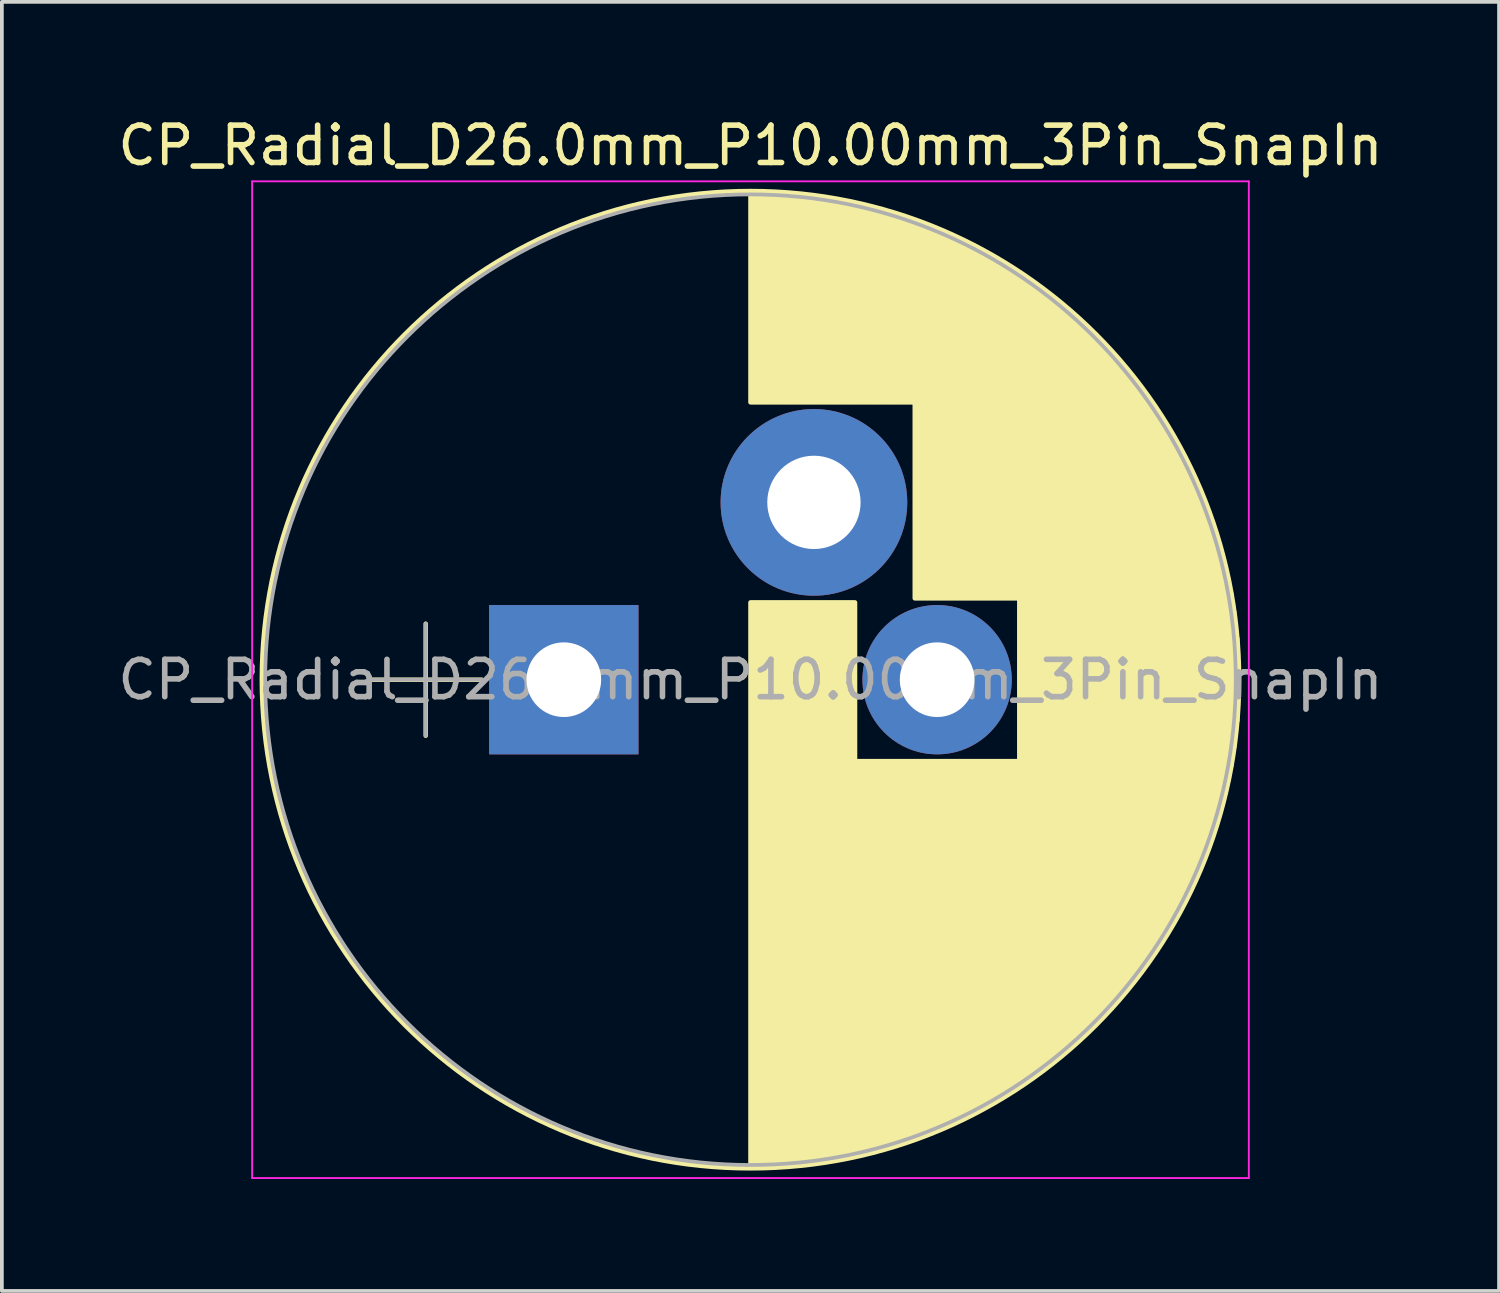
<source format=kicad_pcb>
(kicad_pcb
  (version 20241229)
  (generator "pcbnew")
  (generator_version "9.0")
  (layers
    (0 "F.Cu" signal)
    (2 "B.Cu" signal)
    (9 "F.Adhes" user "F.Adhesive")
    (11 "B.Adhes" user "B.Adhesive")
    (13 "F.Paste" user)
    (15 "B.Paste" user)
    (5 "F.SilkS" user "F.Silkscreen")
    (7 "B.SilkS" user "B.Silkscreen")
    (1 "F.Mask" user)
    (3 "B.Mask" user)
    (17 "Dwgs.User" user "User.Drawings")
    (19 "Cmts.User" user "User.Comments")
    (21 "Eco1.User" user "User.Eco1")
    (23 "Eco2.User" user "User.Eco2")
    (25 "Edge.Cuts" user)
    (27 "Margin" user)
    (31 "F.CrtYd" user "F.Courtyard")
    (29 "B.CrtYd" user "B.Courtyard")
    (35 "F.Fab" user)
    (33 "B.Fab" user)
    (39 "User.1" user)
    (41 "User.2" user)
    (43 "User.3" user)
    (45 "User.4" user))
  (footprint "CP_Radial_D26.0mm_P10.00mm_3Pin_SnapIn"
    (layer "F.Cu")
    (at 12.054 15.158)
    (property "Reference" "CP_Radial_D26.0mm_P10.00mm_3Pin_SnapIn" (at 5 -14.31 0) (layer "F.SilkS") (effects (font (size 1 1) (thickness 0.15))))
    (attr through_hole)
    (fp_line (start -5.2 0) (end -2.2 0) (stroke (width 0.12) (type solid)) (layer "F.SilkS"))
    (fp_line (start -3.7 -1.5) (end -3.7 1.5) (stroke (width 0.12) (type solid)) (layer "F.SilkS"))
    (fp_line (start 5 -13.05) (end 5 -7.43) (stroke (width 0.12) (type solid)) (layer "F.SilkS"))
    (fp_line (start 5 -2.07) (end 5 13.05) (stroke (width 0.12) (type solid)) (layer "F.SilkS"))
    (fp_line (start 5.04 -13.05) (end 5.04 -7.43) (stroke (width 0.12) (type solid)) (layer "F.SilkS"))
    (fp_line (start 5.04 -2.07) (end 5.04 13.05) (stroke (width 0.12) (type solid)) (layer "F.SilkS"))
    (fp_line (start 5.08 -13.05) (end 5.08 -7.43) (stroke (width 0.12) (type solid)) (layer "F.SilkS"))
    (fp_line (start 5.08 -2.07) (end 5.08 13.05) (stroke (width 0.12) (type solid)) (layer "F.SilkS"))
    (fp_line (start 5.12 -13.05) (end 5.12 -7.43) (stroke (width 0.12) (type solid)) (layer "F.SilkS"))
    (fp_line (start 5.12 -2.07) (end 5.12 13.05) (stroke (width 0.12) (type solid)) (layer "F.SilkS"))
    (fp_line (start 5.16 -13.05) (end 5.16 -7.43) (stroke (width 0.12) (type solid)) (layer "F.SilkS"))
    (fp_line (start 5.16 -2.07) (end 5.16 13.05) (stroke (width 0.12) (type solid)) (layer "F.SilkS"))
    (fp_line (start 5.2 -13.049) (end 5.2 -7.43) (stroke (width 0.12) (type solid)) (layer "F.SilkS"))
    (fp_line (start 5.2 -2.07) (end 5.2 13.049) (stroke (width 0.12) (type solid)) (layer "F.SilkS"))
    (fp_line (start 5.24 -13.048) (end 5.24 -7.43) (stroke (width 0.12) (type solid)) (layer "F.SilkS"))
    (fp_line (start 5.24 -2.07) (end 5.24 13.048) (stroke (width 0.12) (type solid)) (layer "F.SilkS"))
    (fp_line (start 5.28 -13.048) (end 5.28 -7.43) (stroke (width 0.12) (type solid)) (layer "F.SilkS"))
    (fp_line (start 5.28 -2.07) (end 5.28 13.048) (stroke (width 0.12) (type solid)) (layer "F.SilkS"))
    (fp_line (start 5.32 -13.047) (end 5.32 -7.43) (stroke (width 0.12) (type solid)) (layer "F.SilkS"))
    (fp_line (start 5.32 -2.07) (end 5.32 13.047) (stroke (width 0.12) (type solid)) (layer "F.SilkS"))
    (fp_line (start 5.36 -13.046) (end 5.36 -7.43) (stroke (width 0.12) (type solid)) (layer "F.SilkS"))
    (fp_line (start 5.36 -2.07) (end 5.36 13.046) (stroke (width 0.12) (type solid)) (layer "F.SilkS"))
    (fp_line (start 5.4 -13.044) (end 5.4 -7.43) (stroke (width 0.12) (type solid)) (layer "F.SilkS"))
    (fp_line (start 5.4 -2.07) (end 5.4 13.044) (stroke (width 0.12) (type solid)) (layer "F.SilkS"))
    (fp_line (start 5.44 -13.043) (end 5.44 -7.43) (stroke (width 0.12) (type solid)) (layer "F.SilkS"))
    (fp_line (start 5.44 -2.07) (end 5.44 13.043) (stroke (width 0.12) (type solid)) (layer "F.SilkS"))
    (fp_line (start 5.48 -13.042) (end 5.48 -7.43) (stroke (width 0.12) (type solid)) (layer "F.SilkS"))
    (fp_line (start 5.48 -2.07) (end 5.48 13.042) (stroke (width 0.12) (type solid)) (layer "F.SilkS"))
    (fp_line (start 5.52 -13.04) (end 5.52 -7.43) (stroke (width 0.12) (type solid)) (layer "F.SilkS"))
    (fp_line (start 5.52 -2.07) (end 5.52 13.04) (stroke (width 0.12) (type solid)) (layer "F.SilkS"))
    (fp_line (start 5.56 -13.039) (end 5.56 -7.43) (stroke (width 0.12) (type solid)) (layer "F.SilkS"))
    (fp_line (start 5.56 -2.07) (end 5.56 13.039) (stroke (width 0.12) (type solid)) (layer "F.SilkS"))
    (fp_line (start 5.6 -13.037) (end 5.6 -7.43) (stroke (width 0.12) (type solid)) (layer "F.SilkS"))
    (fp_line (start 5.6 -2.07) (end 5.6 13.037) (stroke (width 0.12) (type solid)) (layer "F.SilkS"))
    (fp_line (start 5.64 -13.035) (end 5.64 -7.43) (stroke (width 0.12) (type solid)) (layer "F.SilkS"))
    (fp_line (start 5.64 -2.07) (end 5.64 13.035) (stroke (width 0.12) (type solid)) (layer "F.SilkS"))
    (fp_line (start 5.68 -13.033) (end 5.68 -7.43) (stroke (width 0.12) (type solid)) (layer "F.SilkS"))
    (fp_line (start 5.68 -2.07) (end 5.68 13.033) (stroke (width 0.12) (type solid)) (layer "F.SilkS"))
    (fp_line (start 5.721 -13.031) (end 5.721 -7.43) (stroke (width 0.12) (type solid)) (layer "F.SilkS"))
    (fp_line (start 5.721 -2.07) (end 5.721 13.031) (stroke (width 0.12) (type solid)) (layer "F.SilkS"))
    (fp_line (start 5.761 -13.028) (end 5.761 -7.43) (stroke (width 0.12) (type solid)) (layer "F.SilkS"))
    (fp_line (start 5.761 -2.07) (end 5.761 13.028) (stroke (width 0.12) (type solid)) (layer "F.SilkS"))
    (fp_line (start 5.801 -13.026) (end 5.801 -7.43) (stroke (width 0.12) (type solid)) (layer "F.SilkS"))
    (fp_line (start 5.801 -2.07) (end 5.801 13.026) (stroke (width 0.12) (type solid)) (layer "F.SilkS"))
    (fp_line (start 5.841 -13.024) (end 5.841 -7.43) (stroke (width 0.12) (type solid)) (layer "F.SilkS"))
    (fp_line (start 5.841 -2.07) (end 5.841 13.024) (stroke (width 0.12) (type solid)) (layer "F.SilkS"))
    (fp_line (start 5.881 -13.021) (end 5.881 -7.43) (stroke (width 0.12) (type solid)) (layer "F.SilkS"))
    (fp_line (start 5.881 -2.07) (end 5.881 13.021) (stroke (width 0.12) (type solid)) (layer "F.SilkS"))
    (fp_line (start 5.921 -13.018) (end 5.921 -7.43) (stroke (width 0.12) (type solid)) (layer "F.SilkS"))
    (fp_line (start 5.921 -2.07) (end 5.921 13.018) (stroke (width 0.12) (type solid)) (layer "F.SilkS"))
    (fp_line (start 5.961 -13.015) (end 5.961 -7.43) (stroke (width 0.12) (type solid)) (layer "F.SilkS"))
    (fp_line (start 5.961 -2.07) (end 5.961 13.015) (stroke (width 0.12) (type solid)) (layer "F.SilkS"))
    (fp_line (start 6.001 -13.012) (end 6.001 -7.43) (stroke (width 0.12) (type solid)) (layer "F.SilkS"))
    (fp_line (start 6.001 -2.07) (end 6.001 13.012) (stroke (width 0.12) (type solid)) (layer "F.SilkS"))
    (fp_line (start 6.041 -13.009) (end 6.041 -7.43) (stroke (width 0.12) (type solid)) (layer "F.SilkS"))
    (fp_line (start 6.041 -2.07) (end 6.041 13.009) (stroke (width 0.12) (type solid)) (layer "F.SilkS"))
    (fp_line (start 6.081 -13.006) (end 6.081 -7.43) (stroke (width 0.12) (type solid)) (layer "F.SilkS"))
    (fp_line (start 6.081 -2.07) (end 6.081 13.006) (stroke (width 0.12) (type solid)) (layer "F.SilkS"))
    (fp_line (start 6.121 -13.002) (end 6.121 -7.43) (stroke (width 0.12) (type solid)) (layer "F.SilkS"))
    (fp_line (start 6.121 -2.07) (end 6.121 13.002) (stroke (width 0.12) (type solid)) (layer "F.SilkS"))
    (fp_line (start 6.161 -12.999) (end 6.161 -7.43) (stroke (width 0.12) (type solid)) (layer "F.SilkS"))
    (fp_line (start 6.161 -2.07) (end 6.161 12.999) (stroke (width 0.12) (type solid)) (layer "F.SilkS"))
    (fp_line (start 6.201 -12.995) (end 6.201 -7.43) (stroke (width 0.12) (type solid)) (layer "F.SilkS"))
    (fp_line (start 6.201 -2.07) (end 6.201 12.995) (stroke (width 0.12) (type solid)) (layer "F.SilkS"))
    (fp_line (start 6.241 -12.992) (end 6.241 -7.43) (stroke (width 0.12) (type solid)) (layer "F.SilkS"))
    (fp_line (start 6.241 -2.07) (end 6.241 12.992) (stroke (width 0.12) (type solid)) (layer "F.SilkS"))
    (fp_line (start 6.281 -12.988) (end 6.281 -7.43) (stroke (width 0.12) (type solid)) (layer "F.SilkS"))
    (fp_line (start 6.281 -2.07) (end 6.281 12.988) (stroke (width 0.12) (type solid)) (layer "F.SilkS"))
    (fp_line (start 6.321 -12.984) (end 6.321 -7.43) (stroke (width 0.12) (type solid)) (layer "F.SilkS"))
    (fp_line (start 6.321 -2.07) (end 6.321 12.984) (stroke (width 0.12) (type solid)) (layer "F.SilkS"))
    (fp_line (start 6.361 -12.98) (end 6.361 -7.43) (stroke (width 0.12) (type solid)) (layer "F.SilkS"))
    (fp_line (start 6.361 -2.07) (end 6.361 12.98) (stroke (width 0.12) (type solid)) (layer "F.SilkS"))
    (fp_line (start 6.401 -12.975) (end 6.401 -7.43) (stroke (width 0.12) (type solid)) (layer "F.SilkS"))
    (fp_line (start 6.401 -2.07) (end 6.401 12.975) (stroke (width 0.12) (type solid)) (layer "F.SilkS"))
    (fp_line (start 6.441 -12.971) (end 6.441 -7.43) (stroke (width 0.12) (type solid)) (layer "F.SilkS"))
    (fp_line (start 6.441 -2.07) (end 6.441 12.971) (stroke (width 0.12) (type solid)) (layer "F.SilkS"))
    (fp_line (start 6.481 -12.967) (end 6.481 -7.43) (stroke (width 0.12) (type solid)) (layer "F.SilkS"))
    (fp_line (start 6.481 -2.07) (end 6.481 12.967) (stroke (width 0.12) (type solid)) (layer "F.SilkS"))
    (fp_line (start 6.521 -12.962) (end 6.521 -7.43) (stroke (width 0.12) (type solid)) (layer "F.SilkS"))
    (fp_line (start 6.521 -2.07) (end 6.521 12.962) (stroke (width 0.12) (type solid)) (layer "F.SilkS"))
    (fp_line (start 6.561 -12.957) (end 6.561 -7.43) (stroke (width 0.12) (type solid)) (layer "F.SilkS"))
    (fp_line (start 6.561 -2.07) (end 6.561 12.957) (stroke (width 0.12) (type solid)) (layer "F.SilkS"))
    (fp_line (start 6.601 -12.952) (end 6.601 -7.43) (stroke (width 0.12) (type solid)) (layer "F.SilkS"))
    (fp_line (start 6.601 -2.07) (end 6.601 12.952) (stroke (width 0.12) (type solid)) (layer "F.SilkS"))
    (fp_line (start 6.641 -12.947) (end 6.641 -7.43) (stroke (width 0.12) (type solid)) (layer "F.SilkS"))
    (fp_line (start 6.641 -2.07) (end 6.641 12.947) (stroke (width 0.12) (type solid)) (layer "F.SilkS"))
    (fp_line (start 6.681 -12.942) (end 6.681 -7.43) (stroke (width 0.12) (type solid)) (layer "F.SilkS"))
    (fp_line (start 6.681 -2.07) (end 6.681 12.942) (stroke (width 0.12) (type solid)) (layer "F.SilkS"))
    (fp_line (start 6.721 -12.937) (end 6.721 -7.43) (stroke (width 0.12) (type solid)) (layer "F.SilkS"))
    (fp_line (start 6.721 -2.07) (end 6.721 12.937) (stroke (width 0.12) (type solid)) (layer "F.SilkS"))
    (fp_line (start 6.761 -12.932) (end 6.761 -7.43) (stroke (width 0.12) (type solid)) (layer "F.SilkS"))
    (fp_line (start 6.761 -2.07) (end 6.761 12.932) (stroke (width 0.12) (type solid)) (layer "F.SilkS"))
    (fp_line (start 6.801 -12.926) (end 6.801 -7.43) (stroke (width 0.12) (type solid)) (layer "F.SilkS"))
    (fp_line (start 6.801 -2.07) (end 6.801 12.926) (stroke (width 0.12) (type solid)) (layer "F.SilkS"))
    (fp_line (start 6.841 -12.921) (end 6.841 -7.43) (stroke (width 0.12) (type solid)) (layer "F.SilkS"))
    (fp_line (start 6.841 -2.07) (end 6.841 12.921) (stroke (width 0.12) (type solid)) (layer "F.SilkS"))
    (fp_line (start 6.881 -12.915) (end 6.881 -7.43) (stroke (width 0.12) (type solid)) (layer "F.SilkS"))
    (fp_line (start 6.881 -2.07) (end 6.881 12.915) (stroke (width 0.12) (type solid)) (layer "F.SilkS"))
    (fp_line (start 6.921 -12.909) (end 6.921 -7.43) (stroke (width 0.12) (type solid)) (layer "F.SilkS"))
    (fp_line (start 6.921 -2.07) (end 6.921 12.909) (stroke (width 0.12) (type solid)) (layer "F.SilkS"))
    (fp_line (start 6.961 -12.903) (end 6.961 -7.43) (stroke (width 0.12) (type solid)) (layer "F.SilkS"))
    (fp_line (start 6.961 -2.07) (end 6.961 12.903) (stroke (width 0.12) (type solid)) (layer "F.SilkS"))
    (fp_line (start 7.001 -12.897) (end 7.001 -7.43) (stroke (width 0.12) (type solid)) (layer "F.SilkS"))
    (fp_line (start 7.001 -2.07) (end 7.001 12.897) (stroke (width 0.12) (type solid)) (layer "F.SilkS"))
    (fp_line (start 7.041 -12.891) (end 7.041 -7.43) (stroke (width 0.12) (type solid)) (layer "F.SilkS"))
    (fp_line (start 7.041 -2.07) (end 7.041 12.891) (stroke (width 0.12) (type solid)) (layer "F.SilkS"))
    (fp_line (start 7.081 -12.884) (end 7.081 -7.43) (stroke (width 0.12) (type solid)) (layer "F.SilkS"))
    (fp_line (start 7.081 -2.07) (end 7.081 12.884) (stroke (width 0.12) (type solid)) (layer "F.SilkS"))
    (fp_line (start 7.121 -12.878) (end 7.121 -7.43) (stroke (width 0.12) (type solid)) (layer "F.SilkS"))
    (fp_line (start 7.121 -2.07) (end 7.121 12.878) (stroke (width 0.12) (type solid)) (layer "F.SilkS"))
    (fp_line (start 7.161 -12.871) (end 7.161 -7.43) (stroke (width 0.12) (type solid)) (layer "F.SilkS"))
    (fp_line (start 7.161 -2.07) (end 7.161 12.871) (stroke (width 0.12) (type solid)) (layer "F.SilkS"))
    (fp_line (start 7.201 -12.864) (end 7.201 -7.43) (stroke (width 0.12) (type solid)) (layer "F.SilkS"))
    (fp_line (start 7.201 -2.07) (end 7.201 12.864) (stroke (width 0.12) (type solid)) (layer "F.SilkS"))
    (fp_line (start 7.241 -12.857) (end 7.241 -7.43) (stroke (width 0.12) (type solid)) (layer "F.SilkS"))
    (fp_line (start 7.241 -2.07) (end 7.241 12.857) (stroke (width 0.12) (type solid)) (layer "F.SilkS"))
    (fp_line (start 7.281 -12.85) (end 7.281 -7.43) (stroke (width 0.12) (type solid)) (layer "F.SilkS"))
    (fp_line (start 7.281 -2.07) (end 7.281 12.85) (stroke (width 0.12) (type solid)) (layer "F.SilkS"))
    (fp_line (start 7.321 -12.843) (end 7.321 -7.43) (stroke (width 0.12) (type solid)) (layer "F.SilkS"))
    (fp_line (start 7.321 -2.07) (end 7.321 12.843) (stroke (width 0.12) (type solid)) (layer "F.SilkS"))
    (fp_line (start 7.361 -12.836) (end 7.361 -7.43) (stroke (width 0.12) (type solid)) (layer "F.SilkS"))
    (fp_line (start 7.361 -2.07) (end 7.361 12.836) (stroke (width 0.12) (type solid)) (layer "F.SilkS"))
    (fp_line (start 7.401 -12.829) (end 7.401 -7.43) (stroke (width 0.12) (type solid)) (layer "F.SilkS"))
    (fp_line (start 7.401 -2.07) (end 7.401 12.829) (stroke (width 0.12) (type solid)) (layer "F.SilkS"))
    (fp_line (start 7.441 -12.821) (end 7.441 -7.43) (stroke (width 0.12) (type solid)) (layer "F.SilkS"))
    (fp_line (start 7.441 -2.07) (end 7.441 12.821) (stroke (width 0.12) (type solid)) (layer "F.SilkS"))
    (fp_line (start 7.481 -12.813) (end 7.481 -7.43) (stroke (width 0.12) (type solid)) (layer "F.SilkS"))
    (fp_line (start 7.481 -2.07) (end 7.481 12.813) (stroke (width 0.12) (type solid)) (layer "F.SilkS"))
    (fp_line (start 7.521 -12.806) (end 7.521 -7.43) (stroke (width 0.12) (type solid)) (layer "F.SilkS"))
    (fp_line (start 7.521 -2.07) (end 7.521 12.806) (stroke (width 0.12) (type solid)) (layer "F.SilkS"))
    (fp_line (start 7.561 -12.798) (end 7.561 -7.43) (stroke (width 0.12) (type solid)) (layer "F.SilkS"))
    (fp_line (start 7.561 -2.07) (end 7.561 12.798) (stroke (width 0.12) (type solid)) (layer "F.SilkS"))
    (fp_line (start 7.601 -12.79) (end 7.601 -7.43) (stroke (width 0.12) (type solid)) (layer "F.SilkS"))
    (fp_line (start 7.601 -2.07) (end 7.601 12.79) (stroke (width 0.12) (type solid)) (layer "F.SilkS"))
    (fp_line (start 7.641 -12.782) (end 7.641 -7.43) (stroke (width 0.12) (type solid)) (layer "F.SilkS"))
    (fp_line (start 7.641 -2.07) (end 7.641 12.782) (stroke (width 0.12) (type solid)) (layer "F.SilkS"))
    (fp_line (start 7.681 -12.773) (end 7.681 -7.43) (stroke (width 0.12) (type solid)) (layer "F.SilkS"))
    (fp_line (start 7.681 -2.07) (end 7.681 12.773) (stroke (width 0.12) (type solid)) (layer "F.SilkS"))
    (fp_line (start 7.721 -12.765) (end 7.721 -7.43) (stroke (width 0.12) (type solid)) (layer "F.SilkS"))
    (fp_line (start 7.721 -2.07) (end 7.721 12.765) (stroke (width 0.12) (type solid)) (layer "F.SilkS"))
    (fp_line (start 7.761 -12.756) (end 7.761 -7.43) (stroke (width 0.12) (type solid)) (layer "F.SilkS"))
    (fp_line (start 7.761 -2.07) (end 7.761 12.756) (stroke (width 0.12) (type solid)) (layer "F.SilkS"))
    (fp_line (start 7.801 -12.748) (end 7.801 -7.43) (stroke (width 0.12) (type solid)) (layer "F.SilkS"))
    (fp_line (start 7.801 -2.07) (end 7.801 12.748) (stroke (width 0.12) (type solid)) (layer "F.SilkS"))
    (fp_line (start 7.841 -12.739) (end 7.841 -7.43) (stroke (width 0.12) (type solid)) (layer "F.SilkS"))
    (fp_line (start 7.841 2.18) (end 7.841 12.739) (stroke (width 0.12) (type solid)) (layer "F.SilkS"))
    (fp_line (start 7.881 -12.73) (end 7.881 -7.43) (stroke (width 0.12) (type solid)) (layer "F.SilkS"))
    (fp_line (start 7.881 2.18) (end 7.881 12.73) (stroke (width 0.12) (type solid)) (layer "F.SilkS"))
    (fp_line (start 7.921 -12.721) (end 7.921 -7.43) (stroke (width 0.12) (type solid)) (layer "F.SilkS"))
    (fp_line (start 7.921 2.18) (end 7.921 12.721) (stroke (width 0.12) (type solid)) (layer "F.SilkS"))
    (fp_line (start 7.961 -12.711) (end 7.961 -7.43) (stroke (width 0.12) (type solid)) (layer "F.SilkS"))
    (fp_line (start 7.961 2.18) (end 7.961 12.711) (stroke (width 0.12) (type solid)) (layer "F.SilkS"))
    (fp_line (start 8.001 -12.702) (end 8.001 -7.43) (stroke (width 0.12) (type solid)) (layer "F.SilkS"))
    (fp_line (start 8.001 2.18) (end 8.001 12.702) (stroke (width 0.12) (type solid)) (layer "F.SilkS"))
    (fp_line (start 8.041 -12.693) (end 8.041 -7.43) (stroke (width 0.12) (type solid)) (layer "F.SilkS"))
    (fp_line (start 8.041 2.18) (end 8.041 12.693) (stroke (width 0.12) (type solid)) (layer "F.SilkS"))
    (fp_line (start 8.081 -12.683) (end 8.081 -7.43) (stroke (width 0.12) (type solid)) (layer "F.SilkS"))
    (fp_line (start 8.081 2.18) (end 8.081 12.683) (stroke (width 0.12) (type solid)) (layer "F.SilkS"))
    (fp_line (start 8.121 -12.673) (end 8.121 -7.43) (stroke (width 0.12) (type solid)) (layer "F.SilkS"))
    (fp_line (start 8.121 2.18) (end 8.121 12.673) (stroke (width 0.12) (type solid)) (layer "F.SilkS"))
    (fp_line (start 8.161 -12.663) (end 8.161 -7.43) (stroke (width 0.12) (type solid)) (layer "F.SilkS"))
    (fp_line (start 8.161 2.18) (end 8.161 12.663) (stroke (width 0.12) (type solid)) (layer "F.SilkS"))
    (fp_line (start 8.201 -12.653) (end 8.201 -7.43) (stroke (width 0.12) (type solid)) (layer "F.SilkS"))
    (fp_line (start 8.201 2.18) (end 8.201 12.653) (stroke (width 0.12) (type solid)) (layer "F.SilkS"))
    (fp_line (start 8.241 -12.643) (end 8.241 -7.43) (stroke (width 0.12) (type solid)) (layer "F.SilkS"))
    (fp_line (start 8.241 2.18) (end 8.241 12.643) (stroke (width 0.12) (type solid)) (layer "F.SilkS"))
    (fp_line (start 8.281 -12.633) (end 8.281 -7.43) (stroke (width 0.12) (type solid)) (layer "F.SilkS"))
    (fp_line (start 8.281 2.18) (end 8.281 12.633) (stroke (width 0.12) (type solid)) (layer "F.SilkS"))
    (fp_line (start 8.321 -12.622) (end 8.321 -7.43) (stroke (width 0.12) (type solid)) (layer "F.SilkS"))
    (fp_line (start 8.321 2.18) (end 8.321 12.622) (stroke (width 0.12) (type solid)) (layer "F.SilkS"))
    (fp_line (start 8.361 -12.612) (end 8.361 -7.43) (stroke (width 0.12) (type solid)) (layer "F.SilkS"))
    (fp_line (start 8.361 2.18) (end 8.361 12.612) (stroke (width 0.12) (type solid)) (layer "F.SilkS"))
    (fp_line (start 8.401 -12.601) (end 8.401 -7.43) (stroke (width 0.12) (type solid)) (layer "F.SilkS"))
    (fp_line (start 8.401 2.18) (end 8.401 12.601) (stroke (width 0.12) (type solid)) (layer "F.SilkS"))
    (fp_line (start 8.441 -12.59) (end 8.441 -7.43) (stroke (width 0.12) (type solid)) (layer "F.SilkS"))
    (fp_line (start 8.441 2.18) (end 8.441 12.59) (stroke (width 0.12) (type solid)) (layer "F.SilkS"))
    (fp_line (start 8.481 -12.579) (end 8.481 -7.43) (stroke (width 0.12) (type solid)) (layer "F.SilkS"))
    (fp_line (start 8.481 2.18) (end 8.481 12.579) (stroke (width 0.12) (type solid)) (layer "F.SilkS"))
    (fp_line (start 8.521 -12.568) (end 8.521 -7.43) (stroke (width 0.12) (type solid)) (layer "F.SilkS"))
    (fp_line (start 8.521 2.18) (end 8.521 12.568) (stroke (width 0.12) (type solid)) (layer "F.SilkS"))
    (fp_line (start 8.561 -12.557) (end 8.561 -7.43) (stroke (width 0.12) (type solid)) (layer "F.SilkS"))
    (fp_line (start 8.561 2.18) (end 8.561 12.557) (stroke (width 0.12) (type solid)) (layer "F.SilkS"))
    (fp_line (start 8.601 -12.546) (end 8.601 -7.43) (stroke (width 0.12) (type solid)) (layer "F.SilkS"))
    (fp_line (start 8.601 2.18) (end 8.601 12.546) (stroke (width 0.12) (type solid)) (layer "F.SilkS"))
    (fp_line (start 8.641 -12.534) (end 8.641 -7.43) (stroke (width 0.12) (type solid)) (layer "F.SilkS"))
    (fp_line (start 8.641 2.18) (end 8.641 12.534) (stroke (width 0.12) (type solid)) (layer "F.SilkS"))
    (fp_line (start 8.681 -12.523) (end 8.681 -7.43) (stroke (width 0.12) (type solid)) (layer "F.SilkS"))
    (fp_line (start 8.681 2.18) (end 8.681 12.523) (stroke (width 0.12) (type solid)) (layer "F.SilkS"))
    (fp_line (start 8.721 -12.511) (end 8.721 -7.43) (stroke (width 0.12) (type solid)) (layer "F.SilkS"))
    (fp_line (start 8.721 2.18) (end 8.721 12.511) (stroke (width 0.12) (type solid)) (layer "F.SilkS"))
    (fp_line (start 8.761 -12.499) (end 8.761 -7.43) (stroke (width 0.12) (type solid)) (layer "F.SilkS"))
    (fp_line (start 8.761 2.18) (end 8.761 12.499) (stroke (width 0.12) (type solid)) (layer "F.SilkS"))
    (fp_line (start 8.801 -12.487) (end 8.801 -7.43) (stroke (width 0.12) (type solid)) (layer "F.SilkS"))
    (fp_line (start 8.801 2.18) (end 8.801 12.487) (stroke (width 0.12) (type solid)) (layer "F.SilkS"))
    (fp_line (start 8.841 -12.475) (end 8.841 -7.43) (stroke (width 0.12) (type solid)) (layer "F.SilkS"))
    (fp_line (start 8.841 2.18) (end 8.841 12.475) (stroke (width 0.12) (type solid)) (layer "F.SilkS"))
    (fp_line (start 8.881 -12.462) (end 8.881 -7.43) (stroke (width 0.12) (type solid)) (layer "F.SilkS"))
    (fp_line (start 8.881 2.18) (end 8.881 12.462) (stroke (width 0.12) (type solid)) (layer "F.SilkS"))
    (fp_line (start 8.921 -12.45) (end 8.921 -7.43) (stroke (width 0.12) (type solid)) (layer "F.SilkS"))
    (fp_line (start 8.921 2.18) (end 8.921 12.45) (stroke (width 0.12) (type solid)) (layer "F.SilkS"))
    (fp_line (start 8.961 -12.437) (end 8.961 -7.43) (stroke (width 0.12) (type solid)) (layer "F.SilkS"))
    (fp_line (start 8.961 2.18) (end 8.961 12.437) (stroke (width 0.12) (type solid)) (layer "F.SilkS"))
    (fp_line (start 9.001 -12.424) (end 9.001 -7.43) (stroke (width 0.12) (type solid)) (layer "F.SilkS"))
    (fp_line (start 9.001 2.18) (end 9.001 12.424) (stroke (width 0.12) (type solid)) (layer "F.SilkS"))
    (fp_line (start 9.041 -12.411) (end 9.041 -7.43) (stroke (width 0.12) (type solid)) (layer "F.SilkS"))
    (fp_line (start 9.041 2.18) (end 9.041 12.411) (stroke (width 0.12) (type solid)) (layer "F.SilkS"))
    (fp_line (start 9.081 -12.398) (end 9.081 -7.43) (stroke (width 0.12) (type solid)) (layer "F.SilkS"))
    (fp_line (start 9.081 2.18) (end 9.081 12.398) (stroke (width 0.12) (type solid)) (layer "F.SilkS"))
    (fp_line (start 9.121 -12.385) (end 9.121 -7.43) (stroke (width 0.12) (type solid)) (layer "F.SilkS"))
    (fp_line (start 9.121 2.18) (end 9.121 12.385) (stroke (width 0.12) (type solid)) (layer "F.SilkS"))
    (fp_line (start 9.161 -12.372) (end 9.161 -7.43) (stroke (width 0.12) (type solid)) (layer "F.SilkS"))
    (fp_line (start 9.161 2.18) (end 9.161 12.372) (stroke (width 0.12) (type solid)) (layer "F.SilkS"))
    (fp_line (start 9.201 -12.358) (end 9.201 -7.43) (stroke (width 0.12) (type solid)) (layer "F.SilkS"))
    (fp_line (start 9.201 2.18) (end 9.201 12.358) (stroke (width 0.12) (type solid)) (layer "F.SilkS"))
    (fp_line (start 9.241 -12.345) (end 9.241 -7.43) (stroke (width 0.12) (type solid)) (layer "F.SilkS"))
    (fp_line (start 9.241 2.18) (end 9.241 12.345) (stroke (width 0.12) (type solid)) (layer "F.SilkS"))
    (fp_line (start 9.281 -12.331) (end 9.281 -7.43) (stroke (width 0.12) (type solid)) (layer "F.SilkS"))
    (fp_line (start 9.281 2.18) (end 9.281 12.331) (stroke (width 0.12) (type solid)) (layer "F.SilkS"))
    (fp_line (start 9.321 -12.317) (end 9.321 -7.43) (stroke (width 0.12) (type solid)) (layer "F.SilkS"))
    (fp_line (start 9.321 2.18) (end 9.321 12.317) (stroke (width 0.12) (type solid)) (layer "F.SilkS"))
    (fp_line (start 9.361 -12.303) (end 9.361 -7.43) (stroke (width 0.12) (type solid)) (layer "F.SilkS"))
    (fp_line (start 9.361 2.18) (end 9.361 12.303) (stroke (width 0.12) (type solid)) (layer "F.SilkS"))
    (fp_line (start 9.401 -12.289) (end 9.401 -2.18) (stroke (width 0.12) (type solid)) (layer "F.SilkS"))
    (fp_line (start 9.401 2.18) (end 9.401 12.289) (stroke (width 0.12) (type solid)) (layer "F.SilkS"))
    (fp_line (start 9.441 -12.274) (end 9.441 -2.18) (stroke (width 0.12) (type solid)) (layer "F.SilkS"))
    (fp_line (start 9.441 2.18) (end 9.441 12.274) (stroke (width 0.12) (type solid)) (layer "F.SilkS"))
    (fp_line (start 9.481 -12.26) (end 9.481 -2.18) (stroke (width 0.12) (type solid)) (layer "F.SilkS"))
    (fp_line (start 9.481 2.18) (end 9.481 12.26) (stroke (width 0.12) (type solid)) (layer "F.SilkS"))
    (fp_line (start 9.521 -12.245) (end 9.521 -2.18) (stroke (width 0.12) (type solid)) (layer "F.SilkS"))
    (fp_line (start 9.521 2.18) (end 9.521 12.245) (stroke (width 0.12) (type solid)) (layer "F.SilkS"))
    (fp_line (start 9.561 -12.231) (end 9.561 -2.18) (stroke (width 0.12) (type solid)) (layer "F.SilkS"))
    (fp_line (start 9.561 2.18) (end 9.561 12.231) (stroke (width 0.12) (type solid)) (layer "F.SilkS"))
    (fp_line (start 9.601 -12.216) (end 9.601 -2.18) (stroke (width 0.12) (type solid)) (layer "F.SilkS"))
    (fp_line (start 9.601 2.18) (end 9.601 12.216) (stroke (width 0.12) (type solid)) (layer "F.SilkS"))
    (fp_line (start 9.641 -12.201) (end 9.641 -2.18) (stroke (width 0.12) (type solid)) (layer "F.SilkS"))
    (fp_line (start 9.641 2.18) (end 9.641 12.201) (stroke (width 0.12) (type solid)) (layer "F.SilkS"))
    (fp_line (start 9.681 -12.185) (end 9.681 -2.18) (stroke (width 0.12) (type solid)) (layer "F.SilkS"))
    (fp_line (start 9.681 2.18) (end 9.681 12.185) (stroke (width 0.12) (type solid)) (layer "F.SilkS"))
    (fp_line (start 9.721 -12.17) (end 9.721 -2.18) (stroke (width 0.12) (type solid)) (layer "F.SilkS"))
    (fp_line (start 9.721 2.18) (end 9.721 12.17) (stroke (width 0.12) (type solid)) (layer "F.SilkS"))
    (fp_line (start 9.761 -12.154) (end 9.761 -2.18) (stroke (width 0.12) (type solid)) (layer "F.SilkS"))
    (fp_line (start 9.761 2.18) (end 9.761 12.154) (stroke (width 0.12) (type solid)) (layer "F.SilkS"))
    (fp_line (start 9.801 -12.139) (end 9.801 -2.18) (stroke (width 0.12) (type solid)) (layer "F.SilkS"))
    (fp_line (start 9.801 2.18) (end 9.801 12.139) (stroke (width 0.12) (type solid)) (layer "F.SilkS"))
    (fp_line (start 9.841 -12.123) (end 9.841 -2.18) (stroke (width 0.12) (type solid)) (layer "F.SilkS"))
    (fp_line (start 9.841 2.18) (end 9.841 12.123) (stroke (width 0.12) (type solid)) (layer "F.SilkS"))
    (fp_line (start 9.881 -12.107) (end 9.881 -2.18) (stroke (width 0.12) (type solid)) (layer "F.SilkS"))
    (fp_line (start 9.881 2.18) (end 9.881 12.107) (stroke (width 0.12) (type solid)) (layer "F.SilkS"))
    (fp_line (start 9.921 -12.091) (end 9.921 -2.18) (stroke (width 0.12) (type solid)) (layer "F.SilkS"))
    (fp_line (start 9.921 2.18) (end 9.921 12.091) (stroke (width 0.12) (type solid)) (layer "F.SilkS"))
    (fp_line (start 9.961 -12.074) (end 9.961 -2.18) (stroke (width 0.12) (type solid)) (layer "F.SilkS"))
    (fp_line (start 9.961 2.18) (end 9.961 12.074) (stroke (width 0.12) (type solid)) (layer "F.SilkS"))
    (fp_line (start 10.001 -12.058) (end 10.001 -2.18) (stroke (width 0.12) (type solid)) (layer "F.SilkS"))
    (fp_line (start 10.001 2.18) (end 10.001 12.058) (stroke (width 0.12) (type solid)) (layer "F.SilkS"))
    (fp_line (start 10.041 -12.041) (end 10.041 -2.18) (stroke (width 0.12) (type solid)) (layer "F.SilkS"))
    (fp_line (start 10.041 2.18) (end 10.041 12.041) (stroke (width 0.12) (type solid)) (layer "F.SilkS"))
    (fp_line (start 10.081 -12.025) (end 10.081 -2.18) (stroke (width 0.12) (type solid)) (layer "F.SilkS"))
    (fp_line (start 10.081 2.18) (end 10.081 12.025) (stroke (width 0.12) (type solid)) (layer "F.SilkS"))
    (fp_line (start 10.121 -12.008) (end 10.121 -2.18) (stroke (width 0.12) (type solid)) (layer "F.SilkS"))
    (fp_line (start 10.121 2.18) (end 10.121 12.008) (stroke (width 0.12) (type solid)) (layer "F.SilkS"))
    (fp_line (start 10.161 -11.991) (end 10.161 -2.18) (stroke (width 0.12) (type solid)) (layer "F.SilkS"))
    (fp_line (start 10.161 2.18) (end 10.161 11.991) (stroke (width 0.12) (type solid)) (layer "F.SilkS"))
    (fp_line (start 10.201 -11.973) (end 10.201 -2.18) (stroke (width 0.12) (type solid)) (layer "F.SilkS"))
    (fp_line (start 10.201 2.18) (end 10.201 11.973) (stroke (width 0.12) (type solid)) (layer "F.SilkS"))
    (fp_line (start 10.241 -11.956) (end 10.241 -2.18) (stroke (width 0.12) (type solid)) (layer "F.SilkS"))
    (fp_line (start 10.241 2.18) (end 10.241 11.956) (stroke (width 0.12) (type solid)) (layer "F.SilkS"))
    (fp_line (start 10.281 -11.938) (end 10.281 -2.18) (stroke (width 0.12) (type solid)) (layer "F.SilkS"))
    (fp_line (start 10.281 2.18) (end 10.281 11.938) (stroke (width 0.12) (type solid)) (layer "F.SilkS"))
    (fp_line (start 10.321 -11.921) (end 10.321 -2.18) (stroke (width 0.12) (type solid)) (layer "F.SilkS"))
    (fp_line (start 10.321 2.18) (end 10.321 11.921) (stroke (width 0.12) (type solid)) (layer "F.SilkS"))
    (fp_line (start 10.361 -11.903) (end 10.361 -2.18) (stroke (width 0.12) (type solid)) (layer "F.SilkS"))
    (fp_line (start 10.361 2.18) (end 10.361 11.903) (stroke (width 0.12) (type solid)) (layer "F.SilkS"))
    (fp_line (start 10.401 -11.885) (end 10.401 -2.18) (stroke (width 0.12) (type solid)) (layer "F.SilkS"))
    (fp_line (start 10.401 2.18) (end 10.401 11.885) (stroke (width 0.12) (type solid)) (layer "F.SilkS"))
    (fp_line (start 10.441 -11.867) (end 10.441 -2.18) (stroke (width 0.12) (type solid)) (layer "F.SilkS"))
    (fp_line (start 10.441 2.18) (end 10.441 11.867) (stroke (width 0.12) (type solid)) (layer "F.SilkS"))
    (fp_line (start 10.481 -11.848) (end 10.481 -2.18) (stroke (width 0.12) (type solid)) (layer "F.SilkS"))
    (fp_line (start 10.481 2.18) (end 10.481 11.848) (stroke (width 0.12) (type solid)) (layer "F.SilkS"))
    (fp_line (start 10.521 -11.83) (end 10.521 -2.18) (stroke (width 0.12) (type solid)) (layer "F.SilkS"))
    (fp_line (start 10.521 2.18) (end 10.521 11.83) (stroke (width 0.12) (type solid)) (layer "F.SilkS"))
    (fp_line (start 10.561 -11.811) (end 10.561 -2.18) (stroke (width 0.12) (type solid)) (layer "F.SilkS"))
    (fp_line (start 10.561 2.18) (end 10.561 11.811) (stroke (width 0.12) (type solid)) (layer "F.SilkS"))
    (fp_line (start 10.601 -11.792) (end 10.601 -2.18) (stroke (width 0.12) (type solid)) (layer "F.SilkS"))
    (fp_line (start 10.601 2.18) (end 10.601 11.792) (stroke (width 0.12) (type solid)) (layer "F.SilkS"))
    (fp_line (start 10.641 -11.773) (end 10.641 -2.18) (stroke (width 0.12) (type solid)) (layer "F.SilkS"))
    (fp_line (start 10.641 2.18) (end 10.641 11.773) (stroke (width 0.12) (type solid)) (layer "F.SilkS"))
    (fp_line (start 10.681 -11.754) (end 10.681 -2.18) (stroke (width 0.12) (type solid)) (layer "F.SilkS"))
    (fp_line (start 10.681 2.18) (end 10.681 11.754) (stroke (width 0.12) (type solid)) (layer "F.SilkS"))
    (fp_line (start 10.721 -11.735) (end 10.721 -2.18) (stroke (width 0.12) (type solid)) (layer "F.SilkS"))
    (fp_line (start 10.721 2.18) (end 10.721 11.735) (stroke (width 0.12) (type solid)) (layer "F.SilkS"))
    (fp_line (start 10.761 -11.715) (end 10.761 -2.18) (stroke (width 0.12) (type solid)) (layer "F.SilkS"))
    (fp_line (start 10.761 2.18) (end 10.761 11.715) (stroke (width 0.12) (type solid)) (layer "F.SilkS"))
    (fp_line (start 10.801 -11.695) (end 10.801 -2.18) (stroke (width 0.12) (type solid)) (layer "F.SilkS"))
    (fp_line (start 10.801 2.18) (end 10.801 11.695) (stroke (width 0.12) (type solid)) (layer "F.SilkS"))
    (fp_line (start 10.841 -11.676) (end 10.841 -2.18) (stroke (width 0.12) (type solid)) (layer "F.SilkS"))
    (fp_line (start 10.841 2.18) (end 10.841 11.676) (stroke (width 0.12) (type solid)) (layer "F.SilkS"))
    (fp_line (start 10.881 -11.656) (end 10.881 -2.18) (stroke (width 0.12) (type solid)) (layer "F.SilkS"))
    (fp_line (start 10.881 2.18) (end 10.881 11.656) (stroke (width 0.12) (type solid)) (layer "F.SilkS"))
    (fp_line (start 10.921 -11.635) (end 10.921 -2.18) (stroke (width 0.12) (type solid)) (layer "F.SilkS"))
    (fp_line (start 10.921 2.18) (end 10.921 11.635) (stroke (width 0.12) (type solid)) (layer "F.SilkS"))
    (fp_line (start 10.961 -11.615) (end 10.961 -2.18) (stroke (width 0.12) (type solid)) (layer "F.SilkS"))
    (fp_line (start 10.961 2.18) (end 10.961 11.615) (stroke (width 0.12) (type solid)) (layer "F.SilkS"))
    (fp_line (start 11.001 -11.594) (end 11.001 -2.18) (stroke (width 0.12) (type solid)) (layer "F.SilkS"))
    (fp_line (start 11.001 2.18) (end 11.001 11.594) (stroke (width 0.12) (type solid)) (layer "F.SilkS"))
    (fp_line (start 11.041 -11.574) (end 11.041 -2.18) (stroke (width 0.12) (type solid)) (layer "F.SilkS"))
    (fp_line (start 11.041 2.18) (end 11.041 11.574) (stroke (width 0.12) (type solid)) (layer "F.SilkS"))
    (fp_line (start 11.081 -11.553) (end 11.081 -2.18) (stroke (width 0.12) (type solid)) (layer "F.SilkS"))
    (fp_line (start 11.081 2.18) (end 11.081 11.553) (stroke (width 0.12) (type solid)) (layer "F.SilkS"))
    (fp_line (start 11.121 -11.532) (end 11.121 -2.18) (stroke (width 0.12) (type solid)) (layer "F.SilkS"))
    (fp_line (start 11.121 2.18) (end 11.121 11.532) (stroke (width 0.12) (type solid)) (layer "F.SilkS"))
    (fp_line (start 11.161 -11.51) (end 11.161 -2.18) (stroke (width 0.12) (type solid)) (layer "F.SilkS"))
    (fp_line (start 11.161 2.18) (end 11.161 11.51) (stroke (width 0.12) (type solid)) (layer "F.SilkS"))
    (fp_line (start 11.201 -11.489) (end 11.201 -2.18) (stroke (width 0.12) (type solid)) (layer "F.SilkS"))
    (fp_line (start 11.201 2.18) (end 11.201 11.489) (stroke (width 0.12) (type solid)) (layer "F.SilkS"))
    (fp_line (start 11.241 -11.467) (end 11.241 -2.18) (stroke (width 0.12) (type solid)) (layer "F.SilkS"))
    (fp_line (start 11.241 2.18) (end 11.241 11.467) (stroke (width 0.12) (type solid)) (layer "F.SilkS"))
    (fp_line (start 11.281 -11.446) (end 11.281 -2.18) (stroke (width 0.12) (type solid)) (layer "F.SilkS"))
    (fp_line (start 11.281 2.18) (end 11.281 11.446) (stroke (width 0.12) (type solid)) (layer "F.SilkS"))
    (fp_line (start 11.321 -11.424) (end 11.321 -2.18) (stroke (width 0.12) (type solid)) (layer "F.SilkS"))
    (fp_line (start 11.321 2.18) (end 11.321 11.424) (stroke (width 0.12) (type solid)) (layer "F.SilkS"))
    (fp_line (start 11.361 -11.402) (end 11.361 -2.18) (stroke (width 0.12) (type solid)) (layer "F.SilkS"))
    (fp_line (start 11.361 2.18) (end 11.361 11.402) (stroke (width 0.12) (type solid)) (layer "F.SilkS"))
    (fp_line (start 11.401 -11.379) (end 11.401 -2.18) (stroke (width 0.12) (type solid)) (layer "F.SilkS"))
    (fp_line (start 11.401 2.18) (end 11.401 11.379) (stroke (width 0.12) (type solid)) (layer "F.SilkS"))
    (fp_line (start 11.441 -11.357) (end 11.441 -2.18) (stroke (width 0.12) (type solid)) (layer "F.SilkS"))
    (fp_line (start 11.441 2.18) (end 11.441 11.357) (stroke (width 0.12) (type solid)) (layer "F.SilkS"))
    (fp_line (start 11.481 -11.334) (end 11.481 -2.18) (stroke (width 0.12) (type solid)) (layer "F.SilkS"))
    (fp_line (start 11.481 2.18) (end 11.481 11.334) (stroke (width 0.12) (type solid)) (layer "F.SilkS"))
    (fp_line (start 11.521 -11.311) (end 11.521 -2.18) (stroke (width 0.12) (type solid)) (layer "F.SilkS"))
    (fp_line (start 11.521 2.18) (end 11.521 11.311) (stroke (width 0.12) (type solid)) (layer "F.SilkS"))
    (fp_line (start 11.561 -11.288) (end 11.561 -2.18) (stroke (width 0.12) (type solid)) (layer "F.SilkS"))
    (fp_line (start 11.561 2.18) (end 11.561 11.288) (stroke (width 0.12) (type solid)) (layer "F.SilkS"))
    (fp_line (start 11.601 -11.265) (end 11.601 -2.18) (stroke (width 0.12) (type solid)) (layer "F.SilkS"))
    (fp_line (start 11.601 2.18) (end 11.601 11.265) (stroke (width 0.12) (type solid)) (layer "F.SilkS"))
    (fp_line (start 11.641 -11.241) (end 11.641 -2.18) (stroke (width 0.12) (type solid)) (layer "F.SilkS"))
    (fp_line (start 11.641 2.18) (end 11.641 11.241) (stroke (width 0.12) (type solid)) (layer "F.SilkS"))
    (fp_line (start 11.681 -11.218) (end 11.681 -2.18) (stroke (width 0.12) (type solid)) (layer "F.SilkS"))
    (fp_line (start 11.681 2.18) (end 11.681 11.218) (stroke (width 0.12) (type solid)) (layer "F.SilkS"))
    (fp_line (start 11.721 -11.194) (end 11.721 -2.18) (stroke (width 0.12) (type solid)) (layer "F.SilkS"))
    (fp_line (start 11.721 2.18) (end 11.721 11.194) (stroke (width 0.12) (type solid)) (layer "F.SilkS"))
    (fp_line (start 11.761 -11.17) (end 11.761 -2.18) (stroke (width 0.12) (type solid)) (layer "F.SilkS"))
    (fp_line (start 11.761 2.18) (end 11.761 11.17) (stroke (width 0.12) (type solid)) (layer "F.SilkS"))
    (fp_line (start 11.801 -11.146) (end 11.801 -2.18) (stroke (width 0.12) (type solid)) (layer "F.SilkS"))
    (fp_line (start 11.801 2.18) (end 11.801 11.146) (stroke (width 0.12) (type solid)) (layer "F.SilkS"))
    (fp_line (start 11.841 -11.121) (end 11.841 -2.18) (stroke (width 0.12) (type solid)) (layer "F.SilkS"))
    (fp_line (start 11.841 2.18) (end 11.841 11.121) (stroke (width 0.12) (type solid)) (layer "F.SilkS"))
    (fp_line (start 11.881 -11.097) (end 11.881 -2.18) (stroke (width 0.12) (type solid)) (layer "F.SilkS"))
    (fp_line (start 11.881 2.18) (end 11.881 11.097) (stroke (width 0.12) (type solid)) (layer "F.SilkS"))
    (fp_line (start 11.921 -11.072) (end 11.921 -2.18) (stroke (width 0.12) (type solid)) (layer "F.SilkS"))
    (fp_line (start 11.921 2.18) (end 11.921 11.072) (stroke (width 0.12) (type solid)) (layer "F.SilkS"))
    (fp_line (start 11.961 -11.047) (end 11.961 -2.18) (stroke (width 0.12) (type solid)) (layer "F.SilkS"))
    (fp_line (start 11.961 2.18) (end 11.961 11.047) (stroke (width 0.12) (type solid)) (layer "F.SilkS"))
    (fp_line (start 12.001 -11.022) (end 12.001 -2.18) (stroke (width 0.12) (type solid)) (layer "F.SilkS"))
    (fp_line (start 12.001 2.18) (end 12.001 11.022) (stroke (width 0.12) (type solid)) (layer "F.SilkS"))
    (fp_line (start 12.041 -10.996) (end 12.041 -2.18) (stroke (width 0.12) (type solid)) (layer "F.SilkS"))
    (fp_line (start 12.041 2.18) (end 12.041 10.996) (stroke (width 0.12) (type solid)) (layer "F.SilkS"))
    (fp_line (start 12.081 -10.971) (end 12.081 -2.18) (stroke (width 0.12) (type solid)) (layer "F.SilkS"))
    (fp_line (start 12.081 2.18) (end 12.081 10.971) (stroke (width 0.12) (type solid)) (layer "F.SilkS"))
    (fp_line (start 12.121 -10.945) (end 12.121 -2.18) (stroke (width 0.12) (type solid)) (layer "F.SilkS"))
    (fp_line (start 12.121 2.18) (end 12.121 10.945) (stroke (width 0.12) (type solid)) (layer "F.SilkS"))
    (fp_line (start 12.161 -10.919) (end 12.161 -2.18) (stroke (width 0.12) (type solid)) (layer "F.SilkS"))
    (fp_line (start 12.161 2.18) (end 12.161 10.919) (stroke (width 0.12) (type solid)) (layer "F.SilkS"))
    (fp_line (start 12.201 -10.892) (end 12.201 10.892) (stroke (width 0.12) (type solid)) (layer "F.SilkS"))
    (fp_line (start 12.241 -10.866) (end 12.241 10.866) (stroke (width 0.12) (type solid)) (layer "F.SilkS"))
    (fp_line (start 12.281 -10.839) (end 12.281 10.839) (stroke (width 0.12) (type solid)) (layer "F.SilkS"))
    (fp_line (start 12.321 -10.812) (end 12.321 10.812) (stroke (width 0.12) (type solid)) (layer "F.SilkS"))
    (fp_line (start 12.361 -10.785) (end 12.361 10.785) (stroke (width 0.12) (type solid)) (layer "F.SilkS"))
    (fp_line (start 12.401 -10.758) (end 12.401 10.758) (stroke (width 0.12) (type solid)) (layer "F.SilkS"))
    (fp_line (start 12.441 -10.731) (end 12.441 10.731) (stroke (width 0.12) (type solid)) (layer "F.SilkS"))
    (fp_line (start 12.481 -10.703) (end 12.481 10.703) (stroke (width 0.12) (type solid)) (layer "F.SilkS"))
    (fp_line (start 12.521 -10.675) (end 12.521 10.675) (stroke (width 0.12) (type solid)) (layer "F.SilkS"))
    (fp_line (start 12.561 -10.647) (end 12.561 10.647) (stroke (width 0.12) (type solid)) (layer "F.SilkS"))
    (fp_line (start 12.601 -10.618) (end 12.601 10.618) (stroke (width 0.12) (type solid)) (layer "F.SilkS"))
    (fp_line (start 12.641 -10.59) (end 12.641 10.59) (stroke (width 0.12) (type solid)) (layer "F.SilkS"))
    (fp_line (start 12.681 -10.561) (end 12.681 10.561) (stroke (width 0.12) (type solid)) (layer "F.SilkS"))
    (fp_line (start 12.721 -10.532) (end 12.721 10.532) (stroke (width 0.12) (type solid)) (layer "F.SilkS"))
    (fp_line (start 12.761 -10.502) (end 12.761 10.502) (stroke (width 0.12) (type solid)) (layer "F.SilkS"))
    (fp_line (start 12.801 -10.473) (end 12.801 10.473) (stroke (width 0.12) (type solid)) (layer "F.SilkS"))
    (fp_line (start 12.841 -10.443) (end 12.841 10.443) (stroke (width 0.12) (type solid)) (layer "F.SilkS"))
    (fp_line (start 12.881 -10.413) (end 12.881 10.413) (stroke (width 0.12) (type solid)) (layer "F.SilkS"))
    (fp_line (start 12.921 -10.383) (end 12.921 10.383) (stroke (width 0.12) (type solid)) (layer "F.SilkS"))
    (fp_line (start 12.961 -10.352) (end 12.961 10.352) (stroke (width 0.12) (type solid)) (layer "F.SilkS"))
    (fp_line (start 13.001 -10.321) (end 13.001 10.321) (stroke (width 0.12) (type solid)) (layer "F.SilkS"))
    (fp_line (start 13.041 -10.29) (end 13.041 10.29) (stroke (width 0.12) (type solid)) (layer "F.SilkS"))
    (fp_line (start 13.081 -10.259) (end 13.081 10.259) (stroke (width 0.12) (type solid)) (layer "F.SilkS"))
    (fp_line (start 13.121 -10.228) (end 13.121 10.228) (stroke (width 0.12) (type solid)) (layer "F.SilkS"))
    (fp_line (start 13.161 -10.196) (end 13.161 10.196) (stroke (width 0.12) (type solid)) (layer "F.SilkS"))
    (fp_line (start 13.2 -10.164) (end 13.2 10.164) (stroke (width 0.12) (type solid)) (layer "F.SilkS"))
    (fp_line (start 13.24 -10.132) (end 13.24 10.132) (stroke (width 0.12) (type solid)) (layer "F.SilkS"))
    (fp_line (start 13.28 -10.099) (end 13.28 10.099) (stroke (width 0.12) (type solid)) (layer "F.SilkS"))
    (fp_line (start 13.32 -10.066) (end 13.32 10.066) (stroke (width 0.12) (type solid)) (layer "F.SilkS"))
    (fp_line (start 13.36 -10.033) (end 13.36 10.033) (stroke (width 0.12) (type solid)) (layer "F.SilkS"))
    (fp_line (start 13.4 -10) (end 13.4 10) (stroke (width 0.12) (type solid)) (layer "F.SilkS"))
    (fp_line (start 13.44 -9.966) (end 13.44 9.966) (stroke (width 0.12) (type solid)) (layer "F.SilkS"))
    (fp_line (start 13.48 -9.932) (end 13.48 9.932) (stroke (width 0.12) (type solid)) (layer "F.SilkS"))
    (fp_line (start 13.52 -9.898) (end 13.52 9.898) (stroke (width 0.12) (type solid)) (layer "F.SilkS"))
    (fp_line (start 13.56 -9.864) (end 13.56 9.864) (stroke (width 0.12) (type solid)) (layer "F.SilkS"))
    (fp_line (start 13.6 -9.829) (end 13.6 9.829) (stroke (width 0.12) (type solid)) (layer "F.SilkS"))
    (fp_line (start 13.64 -9.794) (end 13.64 9.794) (stroke (width 0.12) (type solid)) (layer "F.SilkS"))
    (fp_line (start 13.68 -9.759) (end 13.68 9.759) (stroke (width 0.12) (type solid)) (layer "F.SilkS"))
    (fp_line (start 13.72 -9.723) (end 13.72 9.723) (stroke (width 0.12) (type solid)) (layer "F.SilkS"))
    (fp_line (start 13.76 -9.687) (end 13.76 9.687) (stroke (width 0.12) (type solid)) (layer "F.SilkS"))
    (fp_line (start 13.8 -9.651) (end 13.8 9.651) (stroke (width 0.12) (type solid)) (layer "F.SilkS"))
    (fp_line (start 13.84 -9.615) (end 13.84 9.615) (stroke (width 0.12) (type solid)) (layer "F.SilkS"))
    (fp_line (start 13.88 -9.578) (end 13.88 9.578) (stroke (width 0.12) (type solid)) (layer "F.SilkS"))
    (fp_line (start 13.92 -9.541) (end 13.92 9.541) (stroke (width 0.12) (type solid)) (layer "F.SilkS"))
    (fp_line (start 13.96 -9.503) (end 13.96 9.503) (stroke (width 0.12) (type solid)) (layer "F.SilkS"))
    (fp_line (start 14 -9.466) (end 14 9.466) (stroke (width 0.12) (type solid)) (layer "F.SilkS"))
    (fp_line (start 14.04 -9.428) (end 14.04 9.428) (stroke (width 0.12) (type solid)) (layer "F.SilkS"))
    (fp_line (start 14.08 -9.389) (end 14.08 9.389) (stroke (width 0.12) (type solid)) (layer "F.SilkS"))
    (fp_line (start 14.12 -9.351) (end 14.12 9.351) (stroke (width 0.12) (type solid)) (layer "F.SilkS"))
    (fp_line (start 14.16 -9.312) (end 14.16 9.312) (stroke (width 0.12) (type solid)) (layer "F.SilkS"))
    (fp_line (start 14.2 -9.272) (end 14.2 9.272) (stroke (width 0.12) (type solid)) (layer "F.SilkS"))
    (fp_line (start 14.24 -9.233) (end 14.24 9.233) (stroke (width 0.12) (type solid)) (layer "F.SilkS"))
    (fp_line (start 14.28 -9.192) (end 14.28 9.192) (stroke (width 0.12) (type solid)) (layer "F.SilkS"))
    (fp_line (start 14.32 -9.152) (end 14.32 9.152) (stroke (width 0.12) (type solid)) (layer "F.SilkS"))
    (fp_line (start 14.36 -9.111) (end 14.36 9.111) (stroke (width 0.12) (type solid)) (layer "F.SilkS"))
    (fp_line (start 14.4 -9.07) (end 14.4 9.07) (stroke (width 0.12) (type solid)) (layer "F.SilkS"))
    (fp_line (start 14.44 -9.029) (end 14.44 9.029) (stroke (width 0.12) (type solid)) (layer "F.SilkS"))
    (fp_line (start 14.48 -8.987) (end 14.48 8.987) (stroke (width 0.12) (type solid)) (layer "F.SilkS"))
    (fp_line (start 14.52 -8.945) (end 14.52 8.945) (stroke (width 0.12) (type solid)) (layer "F.SilkS"))
    (fp_line (start 14.56 -8.902) (end 14.56 8.902) (stroke (width 0.12) (type solid)) (layer "F.SilkS"))
    (fp_line (start 14.6 -8.859) (end 14.6 8.859) (stroke (width 0.12) (type solid)) (layer "F.SilkS"))
    (fp_line (start 14.64 -8.816) (end 14.64 8.816) (stroke (width 0.12) (type solid)) (layer "F.SilkS"))
    (fp_line (start 14.68 -8.772) (end 14.68 8.772) (stroke (width 0.12) (type solid)) (layer "F.SilkS"))
    (fp_line (start 14.72 -8.728) (end 14.72 8.728) (stroke (width 0.12) (type solid)) (layer "F.SilkS"))
    (fp_line (start 14.76 -8.683) (end 14.76 8.683) (stroke (width 0.12) (type solid)) (layer "F.SilkS"))
    (fp_line (start 14.8 -8.639) (end 14.8 8.639) (stroke (width 0.12) (type solid)) (layer "F.SilkS"))
    (fp_line (start 14.84 -8.593) (end 14.84 8.593) (stroke (width 0.12) (type solid)) (layer "F.SilkS"))
    (fp_line (start 14.88 -8.547) (end 14.88 8.547) (stroke (width 0.12) (type solid)) (layer "F.SilkS"))
    (fp_line (start 14.92 -8.501) (end 14.92 8.501) (stroke (width 0.12) (type solid)) (layer "F.SilkS"))
    (fp_line (start 14.96 -8.454) (end 14.96 8.454) (stroke (width 0.12) (type solid)) (layer "F.SilkS"))
    (fp_line (start 15 -8.407) (end 15 8.407) (stroke (width 0.12) (type solid)) (layer "F.SilkS"))
    (fp_line (start 15.04 -8.36) (end 15.04 8.36) (stroke (width 0.12) (type solid)) (layer "F.SilkS"))
    (fp_line (start 15.08 -8.312) (end 15.08 8.312) (stroke (width 0.12) (type solid)) (layer "F.SilkS"))
    (fp_line (start 15.12 -8.263) (end 15.12 8.263) (stroke (width 0.12) (type solid)) (layer "F.SilkS"))
    (fp_line (start 15.16 -8.214) (end 15.16 8.214) (stroke (width 0.12) (type solid)) (layer "F.SilkS"))
    (fp_line (start 15.2 -8.165) (end 15.2 8.165) (stroke (width 0.12) (type solid)) (layer "F.SilkS"))
    (fp_line (start 15.24 -8.115) (end 15.24 8.115) (stroke (width 0.12) (type solid)) (layer "F.SilkS"))
    (fp_line (start 15.28 -8.064) (end 15.28 8.064) (stroke (width 0.12) (type solid)) (layer "F.SilkS"))
    (fp_line (start 15.32 -8.013) (end 15.32 8.013) (stroke (width 0.12) (type solid)) (layer "F.SilkS"))
    (fp_line (start 15.36 -7.962) (end 15.36 7.962) (stroke (width 0.12) (type solid)) (layer "F.SilkS"))
    (fp_line (start 15.4 -7.91) (end 15.4 7.91) (stroke (width 0.12) (type solid)) (layer "F.SilkS"))
    (fp_line (start 15.44 -7.857) (end 15.44 7.857) (stroke (width 0.12) (type solid)) (layer "F.SilkS"))
    (fp_line (start 15.48 -7.804) (end 15.48 7.804) (stroke (width 0.12) (type solid)) (layer "F.SilkS"))
    (fp_line (start 15.52 -7.75) (end 15.52 7.75) (stroke (width 0.12) (type solid)) (layer "F.SilkS"))
    (fp_line (start 15.56 -7.696) (end 15.56 7.696) (stroke (width 0.12) (type solid)) (layer "F.SilkS"))
    (fp_line (start 15.6 -7.641) (end 15.6 7.641) (stroke (width 0.12) (type solid)) (layer "F.SilkS"))
    (fp_line (start 15.64 -7.585) (end 15.64 7.585) (stroke (width 0.12) (type solid)) (layer "F.SilkS"))
    (fp_line (start 15.68 -7.529) (end 15.68 7.529) (stroke (width 0.12) (type solid)) (layer "F.SilkS"))
    (fp_line (start 15.72 -7.472) (end 15.72 7.472) (stroke (width 0.12) (type solid)) (layer "F.SilkS"))
    (fp_line (start 15.76 -7.415) (end 15.76 7.415) (stroke (width 0.12) (type solid)) (layer "F.SilkS"))
    (fp_line (start 15.8 -7.357) (end 15.8 7.357) (stroke (width 0.12) (type solid)) (layer "F.SilkS"))
    (fp_line (start 15.84 -7.298) (end 15.84 7.298) (stroke (width 0.12) (type solid)) (layer "F.SilkS"))
    (fp_line (start 15.88 -7.239) (end 15.88 7.239) (stroke (width 0.12) (type solid)) (layer "F.SilkS"))
    (fp_line (start 15.92 -7.179) (end 15.92 7.179) (stroke (width 0.12) (type solid)) (layer "F.SilkS"))
    (fp_line (start 15.96 -7.118) (end 15.96 7.118) (stroke (width 0.12) (type solid)) (layer "F.SilkS"))
    (fp_line (start 16 -7.056) (end 16 7.056) (stroke (width 0.12) (type solid)) (layer "F.SilkS"))
    (fp_line (start 16.04 -6.994) (end 16.04 6.994) (stroke (width 0.12) (type solid)) (layer "F.SilkS"))
    (fp_line (start 16.08 -6.931) (end 16.08 6.931) (stroke (width 0.12) (type solid)) (layer "F.SilkS"))
    (fp_line (start 16.12 -6.867) (end 16.12 6.867) (stroke (width 0.12) (type solid)) (layer "F.SilkS"))
    (fp_line (start 16.16 -6.802) (end 16.16 6.802) (stroke (width 0.12) (type solid)) (layer "F.SilkS"))
    (fp_line (start 16.2 -6.736) (end 16.2 6.736) (stroke (width 0.12) (type solid)) (layer "F.SilkS"))
    (fp_line (start 16.24 -6.669) (end 16.24 6.669) (stroke (width 0.12) (type solid)) (layer "F.SilkS"))
    (fp_line (start 16.28 -6.602) (end 16.28 6.602) (stroke (width 0.12) (type solid)) (layer "F.SilkS"))
    (fp_line (start 16.32 -6.534) (end 16.32 6.534) (stroke (width 0.12) (type solid)) (layer "F.SilkS"))
    (fp_line (start 16.36 -6.464) (end 16.36 6.464) (stroke (width 0.12) (type solid)) (layer "F.SilkS"))
    (fp_line (start 16.4 -6.394) (end 16.4 6.394) (stroke (width 0.12) (type solid)) (layer "F.SilkS"))
    (fp_line (start 16.44 -6.322) (end 16.44 6.322) (stroke (width 0.12) (type solid)) (layer "F.SilkS"))
    (fp_line (start 16.48 -6.25) (end 16.48 6.25) (stroke (width 0.12) (type solid)) (layer "F.SilkS"))
    (fp_line (start 16.52 -6.176) (end 16.52 6.176) (stroke (width 0.12) (type solid)) (layer "F.SilkS"))
    (fp_line (start 16.56 -6.102) (end 16.56 6.102) (stroke (width 0.12) (type solid)) (layer "F.SilkS"))
    (fp_line (start 16.6 -6.026) (end 16.6 6.026) (stroke (width 0.12) (type solid)) (layer "F.SilkS"))
    (fp_line (start 16.64 -5.949) (end 16.64 5.949) (stroke (width 0.12) (type solid)) (layer "F.SilkS"))
    (fp_line (start 16.68 -5.87) (end 16.68 5.87) (stroke (width 0.12) (type solid)) (layer "F.SilkS"))
    (fp_line (start 16.72 -5.791) (end 16.72 5.791) (stroke (width 0.12) (type solid)) (layer "F.SilkS"))
    (fp_line (start 16.76 -5.709) (end 16.76 5.709) (stroke (width 0.12) (type solid)) (layer "F.SilkS"))
    (fp_line (start 16.8 -5.627) (end 16.8 5.627) (stroke (width 0.12) (type solid)) (layer "F.SilkS"))
    (fp_line (start 16.84 -5.543) (end 16.84 5.543) (stroke (width 0.12) (type solid)) (layer "F.SilkS"))
    (fp_line (start 16.88 -5.457) (end 16.88 5.457) (stroke (width 0.12) (type solid)) (layer "F.SilkS"))
    (fp_line (start 16.92 -5.37) (end 16.92 5.37) (stroke (width 0.12) (type solid)) (layer "F.SilkS"))
    (fp_line (start 16.96 -5.281) (end 16.96 5.281) (stroke (width 0.12) (type solid)) (layer "F.SilkS"))
    (fp_line (start 17 -5.19) (end 17 5.19) (stroke (width 0.12) (type solid)) (layer "F.SilkS"))
    (fp_line (start 17.04 -5.097) (end 17.04 5.097) (stroke (width 0.12) (type solid)) (layer "F.SilkS"))
    (fp_line (start 17.08 -5.002) (end 17.08 5.002) (stroke (width 0.12) (type solid)) (layer "F.SilkS"))
    (fp_line (start 17.12 -4.906) (end 17.12 4.906) (stroke (width 0.12) (type solid)) (layer "F.SilkS"))
    (fp_line (start 17.16 -4.806) (end 17.16 4.806) (stroke (width 0.12) (type solid)) (layer "F.SilkS"))
    (fp_line (start 17.2 -4.705) (end 17.2 4.705) (stroke (width 0.12) (type solid)) (layer "F.SilkS"))
    (fp_line (start 17.24 -4.601) (end 17.24 4.601) (stroke (width 0.12) (type solid)) (layer "F.SilkS"))
    (fp_line (start 17.28 -4.494) (end 17.28 4.494) (stroke (width 0.12) (type solid)) (layer "F.SilkS"))
    (fp_line (start 17.32 -4.384) (end 17.32 4.384) (stroke (width 0.12) (type solid)) (layer "F.SilkS"))
    (fp_line (start 17.36 -4.271) (end 17.36 4.271) (stroke (width 0.12) (type solid)) (layer "F.SilkS"))
    (fp_line (start 17.4 -4.154) (end 17.4 4.154) (stroke (width 0.12) (type solid)) (layer "F.SilkS"))
    (fp_line (start 17.44 -4.034) (end 17.44 4.034) (stroke (width 0.12) (type solid)) (layer "F.SilkS"))
    (fp_line (start 17.48 -3.91) (end 17.48 3.91) (stroke (width 0.12) (type solid)) (layer "F.SilkS"))
    (fp_line (start 17.52 -3.781) (end 17.52 3.781) (stroke (width 0.12) (type solid)) (layer "F.SilkS"))
    (fp_line (start 17.56 -3.648) (end 17.56 3.648) (stroke (width 0.12) (type solid)) (layer "F.SilkS"))
    (fp_line (start 17.6 -3.508) (end 17.6 3.508) (stroke (width 0.12) (type solid)) (layer "F.SilkS"))
    (fp_line (start 17.64 -3.363) (end 17.64 3.363) (stroke (width 0.12) (type solid)) (layer "F.SilkS"))
    (fp_line (start 17.68 -3.211) (end 17.68 3.211) (stroke (width 0.12) (type solid)) (layer "F.SilkS"))
    (fp_line (start 17.72 -3.051) (end 17.72 3.051) (stroke (width 0.12) (type solid)) (layer "F.SilkS"))
    (fp_line (start 17.76 -2.881) (end 17.76 2.881) (stroke (width 0.12) (type solid)) (layer "F.SilkS"))
    (fp_line (start 17.8 -2.701) (end 17.8 2.701) (stroke (width 0.12) (type solid)) (layer "F.SilkS"))
    (fp_line (start 17.84 -2.507) (end 17.84 2.507) (stroke (width 0.12) (type solid)) (layer "F.SilkS"))
    (fp_line (start 17.88 -2.296) (end 17.88 2.296) (stroke (width 0.12) (type solid)) (layer "F.SilkS"))
    (fp_line (start 17.92 -2.063) (end 17.92 2.063) (stroke (width 0.12) (type solid)) (layer "F.SilkS"))
    (fp_line (start 17.96 -1.801) (end 17.96 1.801) (stroke (width 0.12) (type solid)) (layer "F.SilkS"))
    (fp_line (start 18 -1.493) (end 18 1.493) (stroke (width 0.12) (type solid)) (layer "F.SilkS"))
    (fp_line (start 18.04 -1.104) (end 18.04 1.104) (stroke (width 0.12) (type solid)) (layer "F.SilkS"))
    (fp_line (start 18.08 -0.472) (end 18.08 0.472) (stroke (width 0.12) (type solid)) (layer "F.SilkS"))
    (fp_circle (center 5 0) (end 18.09 0) (stroke (width 0.12) (type solid)) (fill no) (layer "F.SilkS"))
    (fp_line (start -8.35 -13.35) (end -8.35 13.35) (stroke (width 0.05) (type solid)) (layer "F.CrtYd"))
    (fp_line (start -8.35 13.35) (end 18.35 13.35) (stroke (width 0.05) (type solid)) (layer "F.CrtYd"))
    (fp_line (start 18.35 -13.35) (end -8.35 -13.35) (stroke (width 0.05) (type solid)) (layer "F.CrtYd"))
    (fp_line (start 18.35 13.35) (end 18.35 -13.35) (stroke (width 0.05) (type solid)) (layer "F.CrtYd"))
    (fp_line (start -5.2 0) (end -2.2 0) (stroke (width 0.1) (type solid)) (layer "F.Fab"))
    (fp_line (start -3.7 -1.5) (end -3.7 1.5) (stroke (width 0.1) (type solid)) (layer "F.Fab"))
    (fp_circle (center 5 0) (end 18 0) (stroke (width 0.1) (type solid)) (fill no) (layer "F.Fab"))
    (fp_text user "${REFERENCE}" (at 5 0 0) (layer "F.Fab") (effects (font (size 1 1) (thickness 0.15))))
    (pad "1" thru_hole rect (at 0 0) (size 4 4) (drill 2) (layers "*.Cu" "*.Mask"))
    (pad "2" thru_hole circle (at 6.7 -4.75) (size 5 5) (drill 2.5) (layers "*.Cu" "*.Mask"))
    (pad "2" thru_hole circle (at 10 0) (size 4 4) (drill 2) (layers "*.Cu" "*.Mask")))
  (gr_rect
    (start -3 -3)
    (end 37.107 31.533)
    (stroke (width 0.1) (type default))
    (fill no)
    (layer "Edge.Cuts")))
</source>
